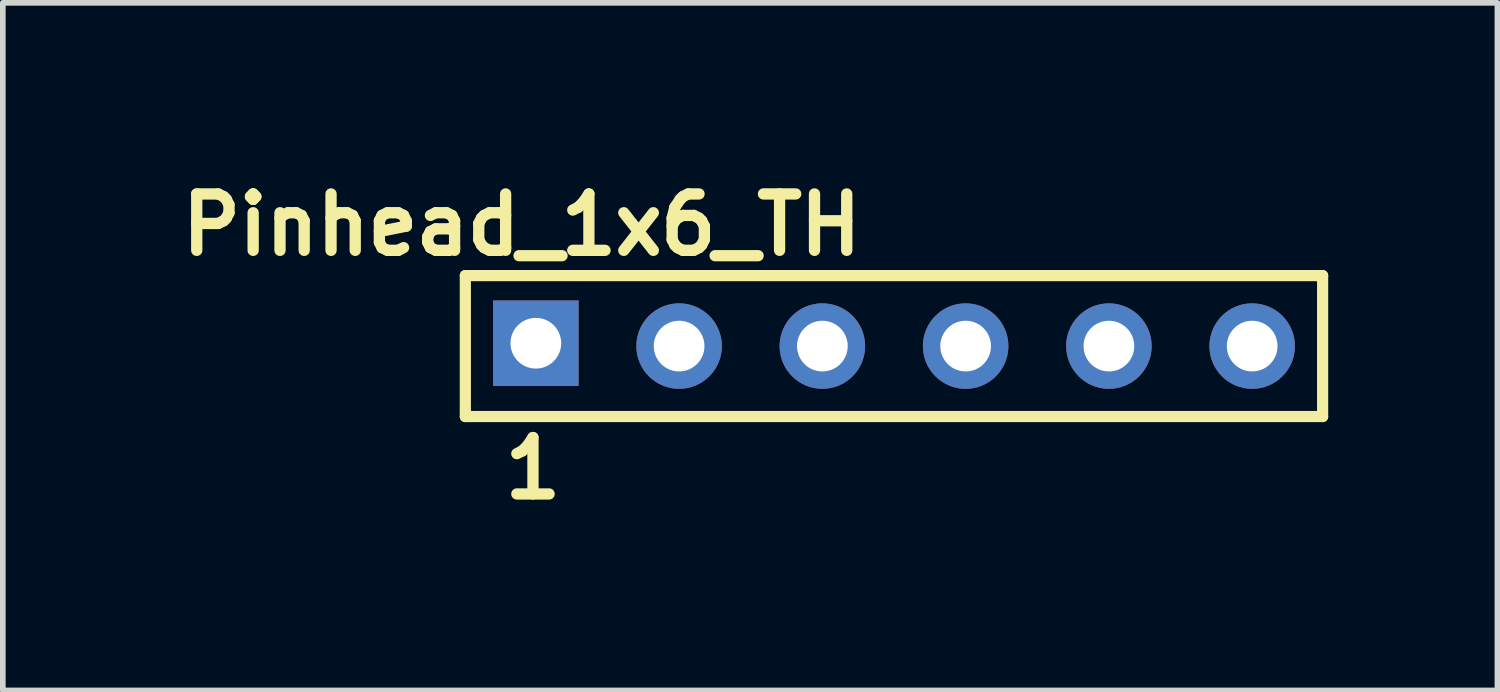
<source format=kicad_pcb>
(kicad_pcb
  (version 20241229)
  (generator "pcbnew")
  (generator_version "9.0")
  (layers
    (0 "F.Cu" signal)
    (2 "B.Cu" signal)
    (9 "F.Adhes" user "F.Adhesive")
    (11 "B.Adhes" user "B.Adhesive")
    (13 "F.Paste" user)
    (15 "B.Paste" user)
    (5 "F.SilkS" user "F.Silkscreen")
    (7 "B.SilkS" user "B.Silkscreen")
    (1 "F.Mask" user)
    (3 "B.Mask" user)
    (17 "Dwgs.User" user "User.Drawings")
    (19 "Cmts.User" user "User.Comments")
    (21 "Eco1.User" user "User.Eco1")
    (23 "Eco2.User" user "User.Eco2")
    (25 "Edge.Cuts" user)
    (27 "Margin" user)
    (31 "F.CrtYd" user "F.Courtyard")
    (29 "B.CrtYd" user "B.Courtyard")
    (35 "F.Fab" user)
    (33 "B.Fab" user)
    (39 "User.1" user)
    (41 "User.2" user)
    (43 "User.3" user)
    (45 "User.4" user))
  (footprint "Pinhead_1x6_TH"
    (layer "F.Cu")
    (at 5.2 1.836)
    (property "Reference" "Pinhead_1x6_TH" (at 1 -0.9 0) (layer "F.SilkS") (effects (font (size 1 1) (thickness 0.2))))
    (attr through_hole)
    (fp_line (start 0 0) (end 0 2.499) (stroke (width 0.198) (type solid)) (layer "F.SilkS"))
    (fp_line (start 0 0) (end 15.199 0) (stroke (width 0.198) (type solid)) (layer "F.SilkS"))
    (fp_line (start 0 2.499) (end 15.199 2.499) (stroke (width 0.198) (type solid)) (layer "F.SilkS"))
    (fp_line (start 15.199 0) (end 15.199 2.499) (stroke (width 0.198) (type solid)) (layer "F.SilkS"))
    (fp_text user "1" (at 1.199 3.419 0) (layer "F.SilkS") (effects (font (size 1 1) (thickness 0.2))))
    (pad "1" thru_hole rect (at 1.25 1.199) (size 1.516 1.516) (drill 0.899) (layers "*.Cu" "*.Paste" "*.Mask"))
    (pad "2" thru_hole circle (at 3.79 1.25) (size 1.516 1.516) (drill 0.899) (layers "*.Cu" "*.Paste" "*.Mask"))
    (pad "3" thru_hole circle (at 6.33 1.25) (size 1.516 1.516) (drill 0.899) (layers "*.Cu" "*.Paste" "*.Mask"))
    (pad "4" thru_hole circle (at 8.87 1.25) (size 1.516 1.516) (drill 0.899) (layers "*.Cu" "*.Paste" "*.Mask"))
    (pad "5" thru_hole circle (at 11.41 1.25) (size 1.516 1.516) (drill 0.899) (layers "*.Cu" "*.Paste" "*.Mask"))
    (pad "6" thru_hole circle (at 13.95 1.25) (size 1.516 1.516) (drill 0.899) (layers "*.Cu" "*.Paste" "*.Mask")))
  (gr_rect
    (start -3 -3)
    (end 23.498 9.191)
    (stroke (width 0.1) (type default))
    (fill no)
    (layer "Edge.Cuts")))
</source>
